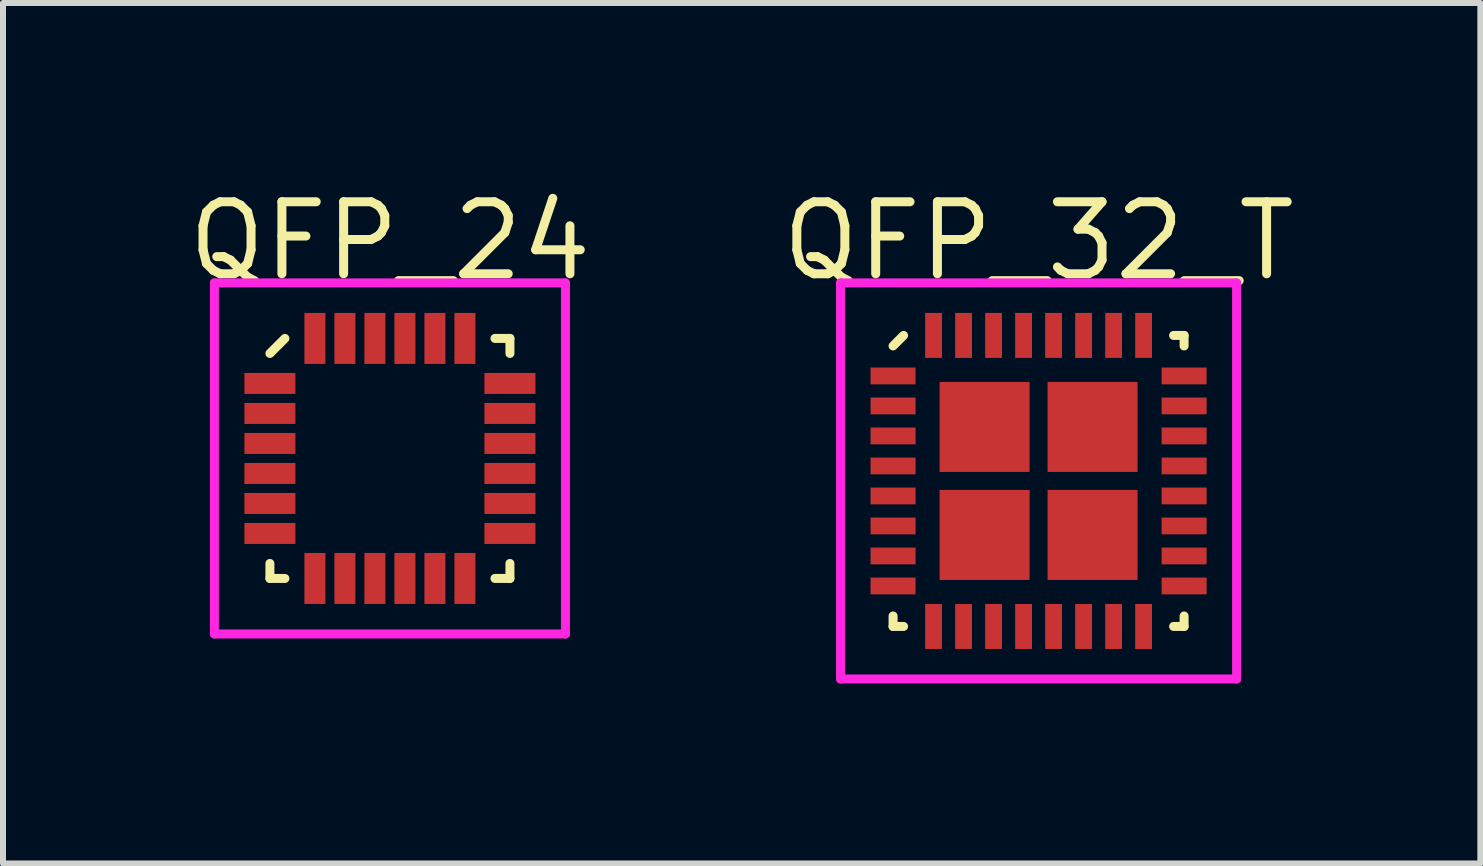
<source format=kicad_pcb>
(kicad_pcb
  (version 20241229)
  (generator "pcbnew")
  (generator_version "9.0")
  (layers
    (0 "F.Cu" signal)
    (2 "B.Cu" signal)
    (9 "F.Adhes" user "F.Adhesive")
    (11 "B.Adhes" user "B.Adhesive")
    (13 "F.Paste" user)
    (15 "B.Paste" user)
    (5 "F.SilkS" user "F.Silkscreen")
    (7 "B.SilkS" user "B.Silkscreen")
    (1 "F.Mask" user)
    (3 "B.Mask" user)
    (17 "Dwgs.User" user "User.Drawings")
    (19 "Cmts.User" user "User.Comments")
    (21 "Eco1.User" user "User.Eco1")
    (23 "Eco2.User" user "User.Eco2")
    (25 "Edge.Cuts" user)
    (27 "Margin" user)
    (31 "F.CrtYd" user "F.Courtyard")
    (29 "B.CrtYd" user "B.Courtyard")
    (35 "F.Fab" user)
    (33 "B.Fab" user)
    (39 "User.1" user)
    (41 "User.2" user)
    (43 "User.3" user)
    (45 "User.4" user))
  (footprint "QFP_24"
    (layer "F.Cu")
    (at 3.448 4.59)
    (property "Reference" "QFP_24" (at 0 -3.625 0) (layer "F.SilkS") (effects (font (size 1.2 1.2) (thickness 0.15))))
    (attr through_hole)
    (fp_line (start -2 -1.75) (end -1.75 -2) (stroke (width 0.15) (type solid)) (layer "F.SilkS"))
    (fp_line (start -2 2) (end -2 1.75) (stroke (width 0.15) (type solid)) (layer "F.SilkS"))
    (fp_line (start -1.75 2) (end -2 2) (stroke (width 0.15) (type solid)) (layer "F.SilkS"))
    (fp_line (start 1.75 -2) (end 2 -2) (stroke (width 0.15) (type solid)) (layer "F.SilkS"))
    (fp_line (start 1.75 2) (end 2 2) (stroke (width 0.15) (type solid)) (layer "F.SilkS"))
    (fp_line (start 2 -2) (end 2 -1.75) (stroke (width 0.15) (type solid)) (layer "F.SilkS"))
    (fp_line (start 2 2) (end 2 1.75) (stroke (width 0.15) (type solid)) (layer "F.SilkS"))
    (fp_line (start -2.925 -2.925) (end 2.925 -2.925) (stroke (width 0.15) (type solid)) (layer "F.CrtYd"))
    (fp_line (start -2.925 2.925) (end -2.925 -2.925) (stroke (width 0.15) (type solid)) (layer "F.CrtYd"))
    (fp_line (start 2.925 -2.925) (end 2.925 2.925) (stroke (width 0.15) (type solid)) (layer "F.CrtYd"))
    (fp_line (start 2.925 2.925) (end -2.925 2.925) (stroke (width 0.15) (type solid)) (layer "F.CrtYd"))
    (pad "1" smd rect (at -2 -1.25 90) (size 0.35 0.85) (layers "F.Cu" "F.Mask" "F.Paste"))
    (pad "2" smd rect (at -2 -0.75 90) (size 0.35 0.85) (layers "F.Cu" "F.Mask" "F.Paste"))
    (pad "3" smd rect (at -2 -0.25 90) (size 0.35 0.85) (layers "F.Cu" "F.Mask" "F.Paste"))
    (pad "4" smd rect (at -2 0.25 90) (size 0.35 0.85) (layers "F.Cu" "F.Mask" "F.Paste"))
    (pad "5" smd rect (at -2 0.75 90) (size 0.35 0.85) (layers "F.Cu" "F.Mask" "F.Paste"))
    (pad "6" smd rect (at -2 1.25 90) (size 0.35 0.85) (layers "F.Cu" "F.Mask" "F.Paste"))
    (pad "7" smd rect (at -1.25 2) (size 0.35 0.85) (layers "F.Cu" "F.Mask" "F.Paste"))
    (pad "8" smd rect (at -0.75 2) (size 0.35 0.85) (layers "F.Cu" "F.Mask" "F.Paste"))
    (pad "9" smd rect (at -0.25 2) (size 0.35 0.85) (layers "F.Cu" "F.Mask" "F.Paste"))
    (pad "10" smd rect (at 0.25 2) (size 0.35 0.85) (layers "F.Cu" "F.Mask" "F.Paste"))
    (pad "11" smd rect (at 0.75 2) (size 0.35 0.85) (layers "F.Cu" "F.Mask" "F.Paste"))
    (pad "12" smd rect (at 1.25 2) (size 0.35 0.85) (layers "F.Cu" "F.Mask" "F.Paste"))
    (pad "13" smd rect (at 2 1.25 90) (size 0.35 0.85) (layers "F.Cu" "F.Mask" "F.Paste"))
    (pad "14" smd rect (at 2 0.75 90) (size 0.35 0.85) (layers "F.Cu" "F.Mask" "F.Paste"))
    (pad "15" smd rect (at 2 0.25 90) (size 0.35 0.85) (layers "F.Cu" "F.Mask" "F.Paste"))
    (pad "16" smd rect (at 2 -0.25 90) (size 0.35 0.85) (layers "F.Cu" "F.Mask" "F.Paste"))
    (pad "17" smd rect (at 2 -0.75 90) (size 0.35 0.85) (layers "F.Cu" "F.Mask" "F.Paste"))
    (pad "18" smd rect (at 2 -1.25 90) (size 0.35 0.85) (layers "F.Cu" "F.Mask" "F.Paste"))
    (pad "19" smd rect (at 1.25 -2) (size 0.35 0.85) (layers "F.Cu" "F.Mask" "F.Paste"))
    (pad "20" smd rect (at 0.75 -2) (size 0.35 0.85) (layers "F.Cu" "F.Mask" "F.Paste"))
    (pad "21" smd rect (at 0.25 -2) (size 0.35 0.85) (layers "F.Cu" "F.Mask" "F.Paste"))
    (pad "22" smd rect (at -0.25 -2) (size 0.35 0.85) (layers "F.Cu" "F.Mask" "F.Paste"))
    (pad "23" smd rect (at -0.75 -2) (size 0.35 0.85) (layers "F.Cu" "F.Mask" "F.Paste"))
    (pad "24" smd rect (at -1.25 -2) (size 0.35 0.85) (layers "F.Cu" "F.Mask" "F.Paste")))
  (footprint "QFP_32_T"
    (layer "F.Cu")
    (at 14.258 4.965)
    (property "Reference" "QFP_32_T" (at 0 -4 0) (layer "F.SilkS") (effects (font (size 1.2 1.2) (thickness 0.15))))
    (attr through_hole)
    (fp_line (start -2.425 -2.25) (end -2.25 -2.425) (stroke (width 0.15) (type solid)) (layer "F.SilkS"))
    (fp_line (start -2.425 2.425) (end -2.425 2.25) (stroke (width 0.15) (type solid)) (layer "F.SilkS"))
    (fp_line (start -2.25 2.425) (end -2.425 2.425) (stroke (width 0.15) (type solid)) (layer "F.SilkS"))
    (fp_line (start 2.25 -2.425) (end 2.425 -2.425) (stroke (width 0.15) (type solid)) (layer "F.SilkS"))
    (fp_line (start 2.25 2.425) (end 2.425 2.425) (stroke (width 0.15) (type solid)) (layer "F.SilkS"))
    (fp_line (start 2.425 -2.425) (end 2.425 -2.25) (stroke (width 0.15) (type solid)) (layer "F.SilkS"))
    (fp_line (start 2.425 2.425) (end 2.425 2.25) (stroke (width 0.15) (type solid)) (layer "F.SilkS"))
    (fp_line (start -3.3 -3.3) (end 3.3 -3.3) (stroke (width 0.15) (type solid)) (layer "F.CrtYd"))
    (fp_line (start -3.3 3.3) (end -3.3 -3.3) (stroke (width 0.15) (type solid)) (layer "F.CrtYd"))
    (fp_line (start 3.3 -3.3) (end 3.3 3.3) (stroke (width 0.15) (type solid)) (layer "F.CrtYd"))
    (fp_line (start 3.3 3.3) (end -3.3 3.3) (stroke (width 0.15) (type solid)) (layer "F.CrtYd"))
    (pad "" smd rect (at -0.9 -0.9) (size 1.5 1.5) (layers "F.Cu" "F.Mask" "F.Paste"))
    (pad "" smd rect (at -0.9 0.9) (size 1.5 1.5) (layers "F.Cu" "F.Mask" "F.Paste"))
    (pad "" smd rect (at 0.9 -0.9) (size 1.5 1.5) (layers "F.Cu" "F.Mask" "F.Paste"))
    (pad "" smd rect (at 0.9 0.9) (size 1.5 1.5) (layers "F.Cu" "F.Mask" "F.Paste"))
    (pad "1" smd rect (at -2.425 -1.75 90) (size 0.28 0.75) (layers "F.Cu" "F.Mask" "F.Paste"))
    (pad "2" smd rect (at -2.425 -1.25 90) (size 0.28 0.75) (layers "F.Cu" "F.Mask" "F.Paste"))
    (pad "3" smd rect (at -2.425 -0.75 90) (size 0.28 0.75) (layers "F.Cu" "F.Mask" "F.Paste"))
    (pad "4" smd rect (at -2.425 -0.25 90) (size 0.28 0.75) (layers "F.Cu" "F.Mask" "F.Paste"))
    (pad "5" smd rect (at -2.425 0.25 90) (size 0.28 0.75) (layers "F.Cu" "F.Mask" "F.Paste"))
    (pad "6" smd rect (at -2.425 0.75 90) (size 0.28 0.75) (layers "F.Cu" "F.Mask" "F.Paste"))
    (pad "7" smd rect (at -2.425 1.25 90) (size 0.28 0.75) (layers "F.Cu" "F.Mask" "F.Paste"))
    (pad "8" smd rect (at -2.425 1.75 90) (size 0.28 0.75) (layers "F.Cu" "F.Mask" "F.Paste"))
    (pad "9" smd rect (at -1.75 2.425) (size 0.28 0.75) (layers "F.Cu" "F.Mask" "F.Paste"))
    (pad "10" smd rect (at -1.25 2.425) (size 0.28 0.75) (layers "F.Cu" "F.Mask" "F.Paste"))
    (pad "11" smd rect (at -0.75 2.425) (size 0.28 0.75) (layers "F.Cu" "F.Mask" "F.Paste"))
    (pad "12" smd rect (at -0.25 2.425) (size 0.28 0.75) (layers "F.Cu" "F.Mask" "F.Paste"))
    (pad "13" smd rect (at 0.25 2.425) (size 0.28 0.75) (layers "F.Cu" "F.Mask" "F.Paste"))
    (pad "14" smd rect (at 0.75 2.425) (size 0.28 0.75) (layers "F.Cu" "F.Mask" "F.Paste"))
    (pad "15" smd rect (at 1.25 2.425) (size 0.28 0.75) (layers "F.Cu" "F.Mask" "F.Paste"))
    (pad "16" smd rect (at 1.75 2.425) (size 0.28 0.75) (layers "F.Cu" "F.Mask" "F.Paste"))
    (pad "17" smd rect (at 2.425 1.75 90) (size 0.28 0.75) (layers "F.Cu" "F.Mask" "F.Paste"))
    (pad "18" smd rect (at 2.425 1.25 90) (size 0.28 0.75) (layers "F.Cu" "F.Mask" "F.Paste"))
    (pad "19" smd rect (at 2.425 0.75 90) (size 0.28 0.75) (layers "F.Cu" "F.Mask" "F.Paste"))
    (pad "20" smd rect (at 2.425 0.25 90) (size 0.28 0.75) (layers "F.Cu" "F.Mask" "F.Paste"))
    (pad "21" smd rect (at 2.425 -0.25 90) (size 0.28 0.75) (layers "F.Cu" "F.Mask" "F.Paste"))
    (pad "22" smd rect (at 2.425 -0.75 90) (size 0.28 0.75) (layers "F.Cu" "F.Mask" "F.Paste"))
    (pad "23" smd rect (at 2.425 -1.25 90) (size 0.28 0.75) (layers "F.Cu" "F.Mask" "F.Paste"))
    (pad "24" smd rect (at 2.425 -1.75 90) (size 0.28 0.75) (layers "F.Cu" "F.Mask" "F.Paste"))
    (pad "25" smd rect (at 1.75 -2.425) (size 0.28 0.75) (layers "F.Cu" "F.Mask" "F.Paste"))
    (pad "26" smd rect (at 1.25 -2.425) (size 0.28 0.75) (layers "F.Cu" "F.Mask" "F.Paste"))
    (pad "27" smd rect (at 0.75 -2.425) (size 0.28 0.75) (layers "F.Cu" "F.Mask" "F.Paste"))
    (pad "28" smd rect (at 0.25 -2.425) (size 0.28 0.75) (layers "F.Cu" "F.Mask" "F.Paste"))
    (pad "29" smd rect (at -0.25 -2.425) (size 0.28 0.75) (layers "F.Cu" "F.Mask" "F.Paste"))
    (pad "30" smd rect (at -0.75 -2.425) (size 0.28 0.75) (layers "F.Cu" "F.Mask" "F.Paste"))
    (pad "31" smd rect (at -1.25 -2.425) (size 0.28 0.75) (layers "F.Cu" "F.Mask" "F.Paste"))
    (pad "32" smd rect (at -1.75 -2.425) (size 0.28 0.75) (layers "F.Cu" "F.Mask" "F.Paste")))
  (gr_rect
    (start -3 -3)
    (end 21.62 11.34)
    (stroke (width 0.1) (type default))
    (fill no)
    (layer "Edge.Cuts")))
</source>
